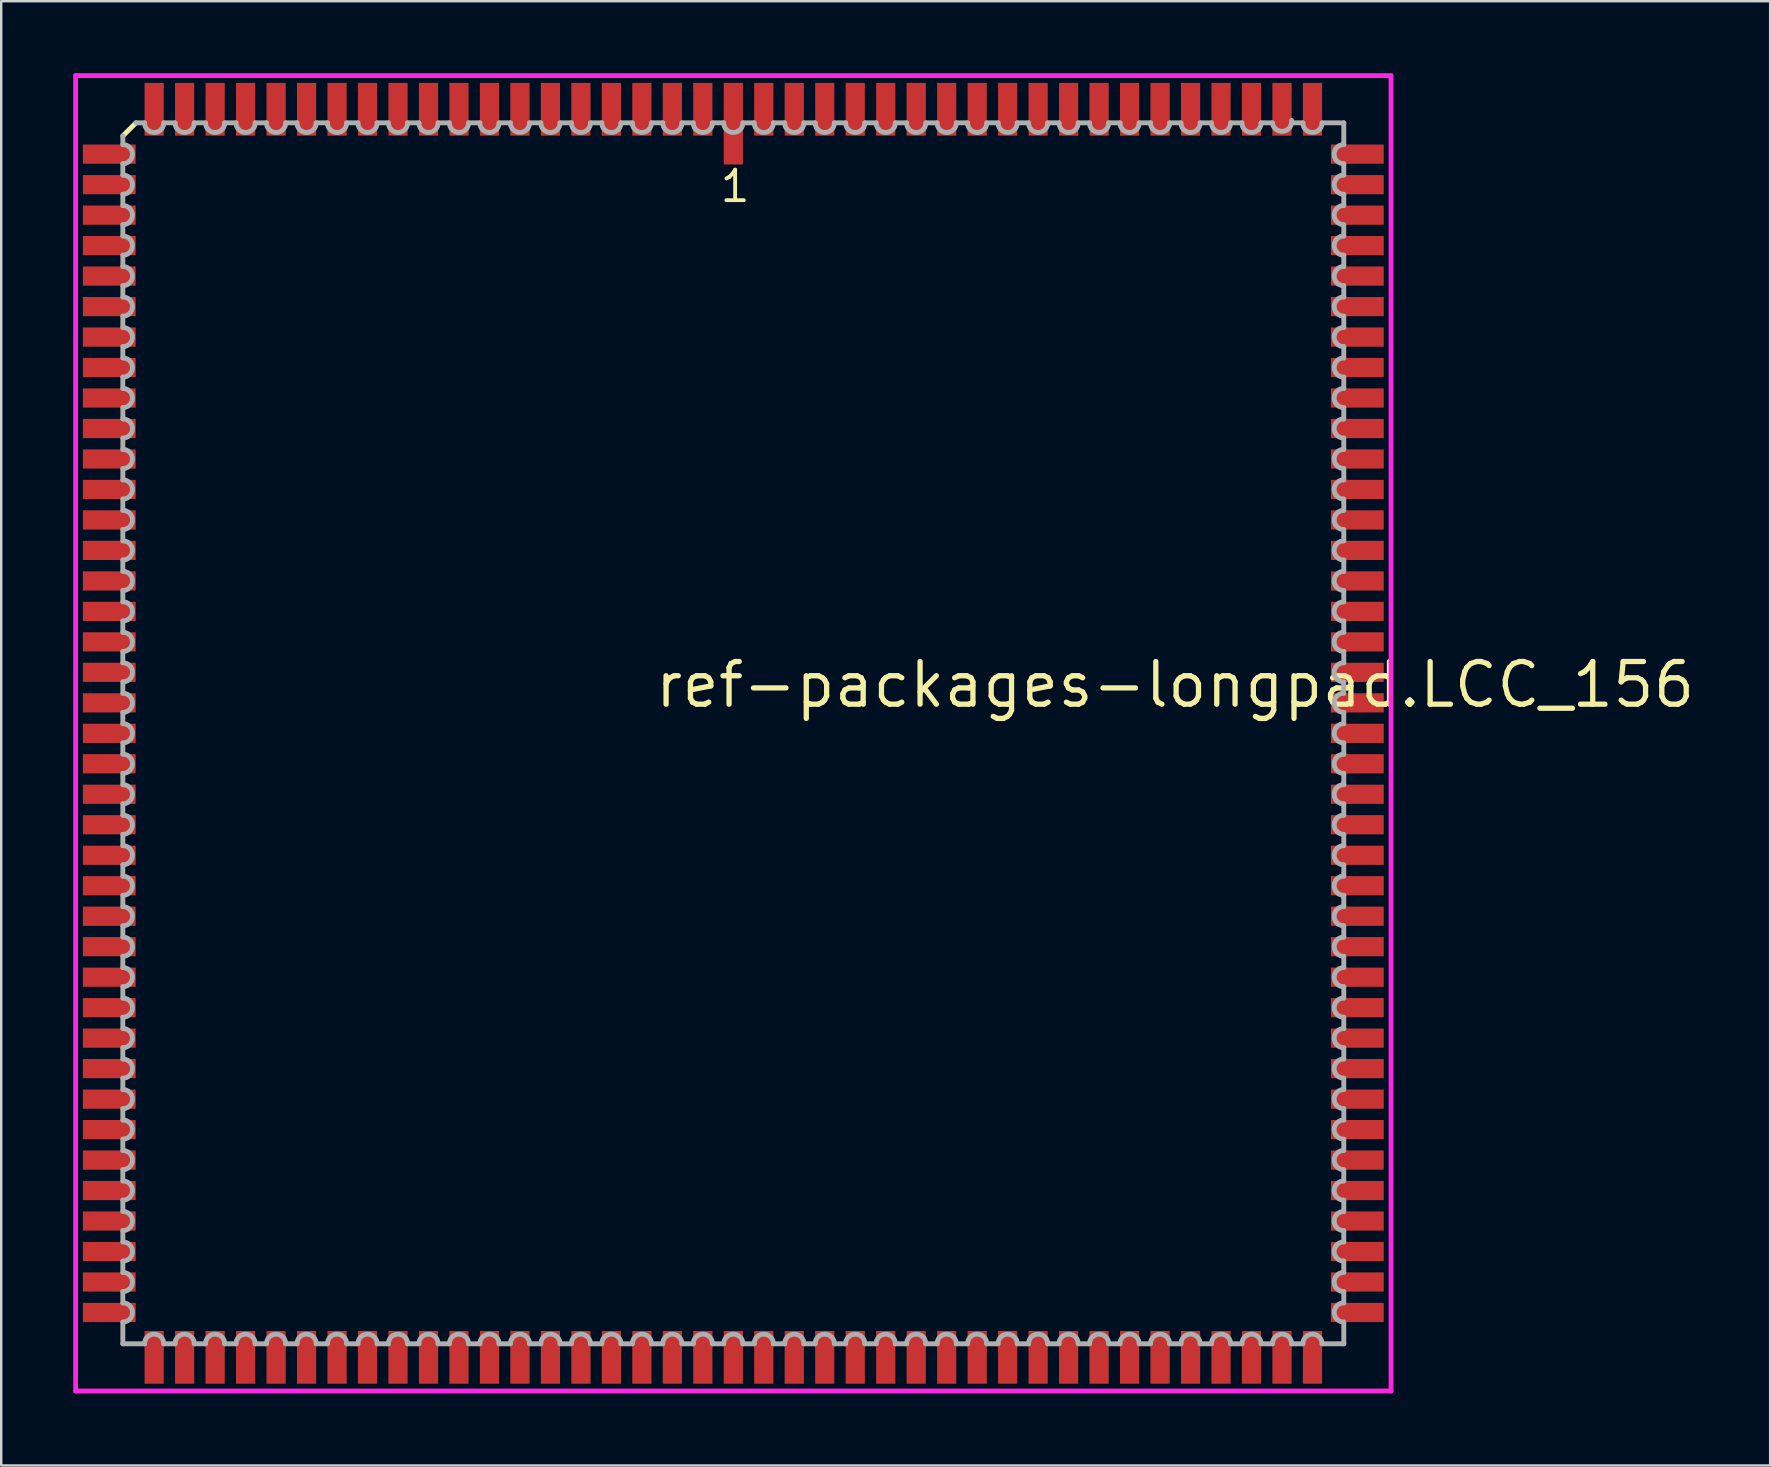
<source format=kicad_pcb>
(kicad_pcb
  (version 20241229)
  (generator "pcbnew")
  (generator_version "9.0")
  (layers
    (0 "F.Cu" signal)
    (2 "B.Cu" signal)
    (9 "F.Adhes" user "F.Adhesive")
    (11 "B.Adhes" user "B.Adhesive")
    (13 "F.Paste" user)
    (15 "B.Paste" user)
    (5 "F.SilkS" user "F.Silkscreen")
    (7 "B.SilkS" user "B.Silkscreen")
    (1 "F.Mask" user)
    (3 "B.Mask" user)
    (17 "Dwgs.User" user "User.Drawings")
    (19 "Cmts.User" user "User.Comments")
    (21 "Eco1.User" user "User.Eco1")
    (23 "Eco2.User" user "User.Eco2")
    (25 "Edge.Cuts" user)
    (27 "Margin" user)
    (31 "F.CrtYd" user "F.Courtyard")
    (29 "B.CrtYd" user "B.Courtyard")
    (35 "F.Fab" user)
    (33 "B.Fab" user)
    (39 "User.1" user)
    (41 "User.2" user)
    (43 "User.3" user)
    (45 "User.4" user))
  (footprint "ref-packages-longpad.LCC_156"
    (layer "F.Cu")
    (at 27.503 27.503)
    (property "Reference" "ref-packages-longpad.LCC_156" (at -3.37 -0.985 0) (layer "F.SilkS") (effects (font (size 1.778 1.778) (thickness 0.22)) (justify left bottom)))
    (attr smd)
    (fp_line (start -24.89 -25.435) (end -25.435 -24.89) (stroke (width 0.203) (type default)) (layer "F.SilkS"))
    (fp_line (start -27.403 -27.403) (end 27.403 -27.403) (stroke (width 0.2) (type default)) (layer "F.CrtYd"))
    (fp_line (start -27.403 27.403) (end -27.403 -27.403) (stroke (width 0.2) (type default)) (layer "F.CrtYd"))
    (fp_line (start 27.403 -27.403) (end 27.403 27.403) (stroke (width 0.2) (type default)) (layer "F.CrtYd"))
    (fp_line (start 27.403 27.403) (end -27.403 27.403) (stroke (width 0.2) (type default)) (layer "F.CrtYd"))
    (fp_line (start -25.435 -24.89) (end -25.435 -24.53) (stroke (width 0.203) (type default)) (layer "F.Fab"))
    (fp_line (start -25.435 -23.73) (end -25.435 -23.26) (stroke (width 0.203) (type default)) (layer "F.Fab"))
    (fp_line (start -25.435 -22.46) (end -25.435 -21.99) (stroke (width 0.203) (type default)) (layer "F.Fab"))
    (fp_line (start -25.435 -21.19) (end -25.435 -20.72) (stroke (width 0.203) (type default)) (layer "F.Fab"))
    (fp_line (start -25.435 -19.92) (end -25.435 -19.45) (stroke (width 0.203) (type default)) (layer "F.Fab"))
    (fp_line (start -25.435 -18.65) (end -25.435 -18.18) (stroke (width 0.203) (type default)) (layer "F.Fab"))
    (fp_line (start -25.435 -17.38) (end -25.435 -16.91) (stroke (width 0.203) (type default)) (layer "F.Fab"))
    (fp_line (start -25.435 -16.11) (end -25.435 -15.64) (stroke (width 0.203) (type default)) (layer "F.Fab"))
    (fp_line (start -25.435 -14.84) (end -25.435 -14.37) (stroke (width 0.203) (type default)) (layer "F.Fab"))
    (fp_line (start -25.435 -13.57) (end -25.435 -13.1) (stroke (width 0.203) (type default)) (layer "F.Fab"))
    (fp_line (start -25.435 -12.3) (end -25.435 -11.83) (stroke (width 0.203) (type default)) (layer "F.Fab"))
    (fp_line (start -25.435 -11.03) (end -25.435 -10.56) (stroke (width 0.203) (type default)) (layer "F.Fab"))
    (fp_line (start -25.435 -9.76) (end -25.435 -9.29) (stroke (width 0.203) (type default)) (layer "F.Fab"))
    (fp_line (start -25.435 -8.49) (end -25.435 -8.02) (stroke (width 0.203) (type default)) (layer "F.Fab"))
    (fp_line (start -25.435 -7.22) (end -25.435 -6.75) (stroke (width 0.203) (type default)) (layer "F.Fab"))
    (fp_line (start -25.435 -5.95) (end -25.435 -5.48) (stroke (width 0.203) (type default)) (layer "F.Fab"))
    (fp_line (start -25.435 -4.68) (end -25.435 -4.21) (stroke (width 0.203) (type default)) (layer "F.Fab"))
    (fp_line (start -25.435 -3.41) (end -25.435 -2.94) (stroke (width 0.203) (type default)) (layer "F.Fab"))
    (fp_line (start -25.435 -2.14) (end -25.435 -1.67) (stroke (width 0.203) (type default)) (layer "F.Fab"))
    (fp_line (start -25.435 -0.87) (end -25.435 -0.4) (stroke (width 0.203) (type default)) (layer "F.Fab"))
    (fp_line (start -25.435 0.4) (end -25.435 0.87) (stroke (width 0.203) (type default)) (layer "F.Fab"))
    (fp_line (start -25.435 1.67) (end -25.435 2.14) (stroke (width 0.203) (type default)) (layer "F.Fab"))
    (fp_line (start -25.435 2.94) (end -25.435 3.41) (stroke (width 0.203) (type default)) (layer "F.Fab"))
    (fp_line (start -25.435 4.21) (end -25.435 4.68) (stroke (width 0.203) (type default)) (layer "F.Fab"))
    (fp_line (start -25.435 5.48) (end -25.435 5.95) (stroke (width 0.203) (type default)) (layer "F.Fab"))
    (fp_line (start -25.435 6.75) (end -25.435 7.22) (stroke (width 0.203) (type default)) (layer "F.Fab"))
    (fp_line (start -25.435 8.02) (end -25.435 8.49) (stroke (width 0.203) (type default)) (layer "F.Fab"))
    (fp_line (start -25.435 9.29) (end -25.435 9.76) (stroke (width 0.203) (type default)) (layer "F.Fab"))
    (fp_line (start -25.435 10.56) (end -25.435 11.03) (stroke (width 0.203) (type default)) (layer "F.Fab"))
    (fp_line (start -25.435 11.83) (end -25.435 12.3) (stroke (width 0.203) (type default)) (layer "F.Fab"))
    (fp_line (start -25.435 13.1) (end -25.435 13.57) (stroke (width 0.203) (type default)) (layer "F.Fab"))
    (fp_line (start -25.435 14.37) (end -25.435 14.84) (stroke (width 0.203) (type default)) (layer "F.Fab"))
    (fp_line (start -25.435 15.64) (end -25.435 16.11) (stroke (width 0.203) (type default)) (layer "F.Fab"))
    (fp_line (start -25.435 16.91) (end -25.435 17.38) (stroke (width 0.203) (type default)) (layer "F.Fab"))
    (fp_line (start -25.435 18.18) (end -25.435 18.65) (stroke (width 0.203) (type default)) (layer "F.Fab"))
    (fp_line (start -25.435 19.45) (end -25.435 19.92) (stroke (width 0.203) (type default)) (layer "F.Fab"))
    (fp_line (start -25.435 20.72) (end -25.435 21.19) (stroke (width 0.203) (type default)) (layer "F.Fab"))
    (fp_line (start -25.435 21.99) (end -25.435 22.46) (stroke (width 0.203) (type default)) (layer "F.Fab"))
    (fp_line (start -25.435 23.26) (end -25.435 23.73) (stroke (width 0.203) (type default)) (layer "F.Fab"))
    (fp_line (start -25.435 24.53) (end -25.435 25.435) (stroke (width 0.203) (type default)) (layer "F.Fab"))
    (fp_line (start -25.435 25.435) (end -24.53 25.435) (stroke (width 0.203) (type default)) (layer "F.Fab"))
    (fp_line (start -24.53 -25.435) (end -24.89 -25.435) (stroke (width 0.203) (type default)) (layer "F.Fab"))
    (fp_line (start -23.73 25.435) (end -23.26 25.435) (stroke (width 0.203) (type default)) (layer "F.Fab"))
    (fp_line (start -23.26 -25.435) (end -23.73 -25.435) (stroke (width 0.203) (type default)) (layer "F.Fab"))
    (fp_line (start -22.46 25.435) (end -21.99 25.435) (stroke (width 0.203) (type default)) (layer "F.Fab"))
    (fp_line (start -21.99 -25.435) (end -22.46 -25.435) (stroke (width 0.203) (type default)) (layer "F.Fab"))
    (fp_line (start -21.19 25.435) (end -20.72 25.435) (stroke (width 0.203) (type default)) (layer "F.Fab"))
    (fp_line (start -20.72 -25.435) (end -21.19 -25.435) (stroke (width 0.203) (type default)) (layer "F.Fab"))
    (fp_line (start -19.92 25.435) (end -19.45 25.435) (stroke (width 0.203) (type default)) (layer "F.Fab"))
    (fp_line (start -19.45 -25.435) (end -19.92 -25.435) (stroke (width 0.203) (type default)) (layer "F.Fab"))
    (fp_line (start -18.65 25.435) (end -18.18 25.435) (stroke (width 0.203) (type default)) (layer "F.Fab"))
    (fp_line (start -18.18 -25.435) (end -18.65 -25.435) (stroke (width 0.203) (type default)) (layer "F.Fab"))
    (fp_line (start -17.38 25.435) (end -16.91 25.435) (stroke (width 0.203) (type default)) (layer "F.Fab"))
    (fp_line (start -16.91 -25.435) (end -17.38 -25.435) (stroke (width 0.203) (type default)) (layer "F.Fab"))
    (fp_line (start -16.11 25.435) (end -15.64 25.435) (stroke (width 0.203) (type default)) (layer "F.Fab"))
    (fp_line (start -15.64 -25.435) (end -16.11 -25.435) (stroke (width 0.203) (type default)) (layer "F.Fab"))
    (fp_line (start -14.84 25.435) (end -14.37 25.435) (stroke (width 0.203) (type default)) (layer "F.Fab"))
    (fp_line (start -14.37 -25.435) (end -14.84 -25.435) (stroke (width 0.203) (type default)) (layer "F.Fab"))
    (fp_line (start -13.57 25.435) (end -13.1 25.435) (stroke (width 0.203) (type default)) (layer "F.Fab"))
    (fp_line (start -13.1 -25.435) (end -13.57 -25.435) (stroke (width 0.203) (type default)) (layer "F.Fab"))
    (fp_line (start -12.3 25.435) (end -11.83 25.435) (stroke (width 0.203) (type default)) (layer "F.Fab"))
    (fp_line (start -11.83 -25.435) (end -12.3 -25.435) (stroke (width 0.203) (type default)) (layer "F.Fab"))
    (fp_line (start -11.03 25.435) (end -10.56 25.435) (stroke (width 0.203) (type default)) (layer "F.Fab"))
    (fp_line (start -10.56 -25.435) (end -11.03 -25.435) (stroke (width 0.203) (type default)) (layer "F.Fab"))
    (fp_line (start -9.76 25.435) (end -9.29 25.435) (stroke (width 0.203) (type default)) (layer "F.Fab"))
    (fp_line (start -9.29 -25.435) (end -9.76 -25.435) (stroke (width 0.203) (type default)) (layer "F.Fab"))
    (fp_line (start -8.49 25.435) (end -8.02 25.435) (stroke (width 0.203) (type default)) (layer "F.Fab"))
    (fp_line (start -8.02 -25.435) (end -8.49 -25.435) (stroke (width 0.203) (type default)) (layer "F.Fab"))
    (fp_line (start -7.22 25.435) (end -6.75 25.435) (stroke (width 0.203) (type default)) (layer "F.Fab"))
    (fp_line (start -6.75 -25.435) (end -7.22 -25.435) (stroke (width 0.203) (type default)) (layer "F.Fab"))
    (fp_line (start -5.95 25.435) (end -5.48 25.435) (stroke (width 0.203) (type default)) (layer "F.Fab"))
    (fp_line (start -5.48 -25.435) (end -5.95 -25.435) (stroke (width 0.203) (type default)) (layer "F.Fab"))
    (fp_line (start -4.68 25.435) (end -4.21 25.435) (stroke (width 0.203) (type default)) (layer "F.Fab"))
    (fp_line (start -4.21 -25.435) (end -4.68 -25.435) (stroke (width 0.203) (type default)) (layer "F.Fab"))
    (fp_line (start -3.41 25.435) (end -2.94 25.435) (stroke (width 0.203) (type default)) (layer "F.Fab"))
    (fp_line (start -2.94 -25.435) (end -3.41 -25.435) (stroke (width 0.203) (type default)) (layer "F.Fab"))
    (fp_line (start -2.14 25.435) (end -1.67 25.435) (stroke (width 0.203) (type default)) (layer "F.Fab"))
    (fp_line (start -1.67 -25.435) (end -2.14 -25.435) (stroke (width 0.203) (type default)) (layer "F.Fab"))
    (fp_line (start -0.87 25.435) (end -0.4 25.435) (stroke (width 0.203) (type default)) (layer "F.Fab"))
    (fp_line (start -0.4 -25.435) (end -0.87 -25.435) (stroke (width 0.203) (type default)) (layer "F.Fab"))
    (fp_line (start 0.4 25.435) (end 0.87 25.435) (stroke (width 0.203) (type default)) (layer "F.Fab"))
    (fp_line (start 0.87 -25.435) (end 0.4 -25.435) (stroke (width 0.203) (type default)) (layer "F.Fab"))
    (fp_line (start 1.67 25.435) (end 2.14 25.435) (stroke (width 0.203) (type default)) (layer "F.Fab"))
    (fp_line (start 2.14 -25.435) (end 1.67 -25.435) (stroke (width 0.203) (type default)) (layer "F.Fab"))
    (fp_line (start 2.94 25.435) (end 3.41 25.435) (stroke (width 0.203) (type default)) (layer "F.Fab"))
    (fp_line (start 3.41 -25.435) (end 2.94 -25.435) (stroke (width 0.203) (type default)) (layer "F.Fab"))
    (fp_line (start 4.21 25.435) (end 4.68 25.435) (stroke (width 0.203) (type default)) (layer "F.Fab"))
    (fp_line (start 4.68 -25.435) (end 4.21 -25.435) (stroke (width 0.203) (type default)) (layer "F.Fab"))
    (fp_line (start 5.48 25.435) (end 5.95 25.435) (stroke (width 0.203) (type default)) (layer "F.Fab"))
    (fp_line (start 5.95 -25.435) (end 5.48 -25.435) (stroke (width 0.203) (type default)) (layer "F.Fab"))
    (fp_line (start 6.75 25.435) (end 7.22 25.435) (stroke (width 0.203) (type default)) (layer "F.Fab"))
    (fp_line (start 7.22 -25.435) (end 6.75 -25.435) (stroke (width 0.203) (type default)) (layer "F.Fab"))
    (fp_line (start 8.02 25.435) (end 8.49 25.435) (stroke (width 0.203) (type default)) (layer "F.Fab"))
    (fp_line (start 8.49 -25.435) (end 8.02 -25.435) (stroke (width 0.203) (type default)) (layer "F.Fab"))
    (fp_line (start 9.29 25.435) (end 9.76 25.435) (stroke (width 0.203) (type default)) (layer "F.Fab"))
    (fp_line (start 9.76 -25.435) (end 9.29 -25.435) (stroke (width 0.203) (type default)) (layer "F.Fab"))
    (fp_line (start 10.56 25.435) (end 11.03 25.435) (stroke (width 0.203) (type default)) (layer "F.Fab"))
    (fp_line (start 11.03 -25.435) (end 10.56 -25.435) (stroke (width 0.203) (type default)) (layer "F.Fab"))
    (fp_line (start 11.83 25.435) (end 12.3 25.435) (stroke (width 0.203) (type default)) (layer "F.Fab"))
    (fp_line (start 12.3 -25.435) (end 11.83 -25.435) (stroke (width 0.203) (type default)) (layer "F.Fab"))
    (fp_line (start 13.1 25.435) (end 13.57 25.435) (stroke (width 0.203) (type default)) (layer "F.Fab"))
    (fp_line (start 13.57 -25.435) (end 13.1 -25.435) (stroke (width 0.203) (type default)) (layer "F.Fab"))
    (fp_line (start 14.37 25.435) (end 14.84 25.435) (stroke (width 0.203) (type default)) (layer "F.Fab"))
    (fp_line (start 14.84 -25.435) (end 14.37 -25.435) (stroke (width 0.203) (type default)) (layer "F.Fab"))
    (fp_line (start 15.64 25.435) (end 16.11 25.435) (stroke (width 0.203) (type default)) (layer "F.Fab"))
    (fp_line (start 16.11 -25.435) (end 15.64 -25.435) (stroke (width 0.203) (type default)) (layer "F.Fab"))
    (fp_line (start 16.91 25.435) (end 17.38 25.435) (stroke (width 0.203) (type default)) (layer "F.Fab"))
    (fp_line (start 17.38 -25.435) (end 16.91 -25.435) (stroke (width 0.203) (type default)) (layer "F.Fab"))
    (fp_line (start 18.18 25.435) (end 18.65 25.435) (stroke (width 0.203) (type default)) (layer "F.Fab"))
    (fp_line (start 18.65 -25.435) (end 18.18 -25.435) (stroke (width 0.203) (type default)) (layer "F.Fab"))
    (fp_line (start 19.45 25.435) (end 19.92 25.435) (stroke (width 0.203) (type default)) (layer "F.Fab"))
    (fp_line (start 19.92 -25.435) (end 19.45 -25.435) (stroke (width 0.203) (type default)) (layer "F.Fab"))
    (fp_line (start 20.72 25.435) (end 21.19 25.435) (stroke (width 0.203) (type default)) (layer "F.Fab"))
    (fp_line (start 21.19 -25.435) (end 20.72 -25.435) (stroke (width 0.203) (type default)) (layer "F.Fab"))
    (fp_line (start 21.99 25.435) (end 22.46 25.435) (stroke (width 0.203) (type default)) (layer "F.Fab"))
    (fp_line (start 22.46 -25.435) (end 21.99 -25.435) (stroke (width 0.203) (type default)) (layer "F.Fab"))
    (fp_line (start 23.26 25.435) (end 23.73 25.435) (stroke (width 0.203) (type default)) (layer "F.Fab"))
    (fp_line (start 23.73 -25.435) (end 23.26 -25.435) (stroke (width 0.203) (type default)) (layer "F.Fab"))
    (fp_line (start 24.53 25.435) (end 25.435 25.435) (stroke (width 0.203) (type default)) (layer "F.Fab"))
    (fp_line (start 25.435 -25.435) (end 24.53 -25.435) (stroke (width 0.203) (type default)) (layer "F.Fab"))
    (fp_line (start 25.435 -24.53) (end 25.435 -25.435) (stroke (width 0.203) (type default)) (layer "F.Fab"))
    (fp_line (start 25.435 -23.26) (end 25.435 -23.73) (stroke (width 0.203) (type default)) (layer "F.Fab"))
    (fp_line (start 25.435 -21.99) (end 25.435 -22.46) (stroke (width 0.203) (type default)) (layer "F.Fab"))
    (fp_line (start 25.435 -20.72) (end 25.435 -21.19) (stroke (width 0.203) (type default)) (layer "F.Fab"))
    (fp_line (start 25.435 -19.45) (end 25.435 -19.92) (stroke (width 0.203) (type default)) (layer "F.Fab"))
    (fp_line (start 25.435 -18.18) (end 25.435 -18.65) (stroke (width 0.203) (type default)) (layer "F.Fab"))
    (fp_line (start 25.435 -16.91) (end 25.435 -17.38) (stroke (width 0.203) (type default)) (layer "F.Fab"))
    (fp_line (start 25.435 -15.64) (end 25.435 -16.11) (stroke (width 0.203) (type default)) (layer "F.Fab"))
    (fp_line (start 25.435 -14.37) (end 25.435 -14.84) (stroke (width 0.203) (type default)) (layer "F.Fab"))
    (fp_line (start 25.435 -13.1) (end 25.435 -13.57) (stroke (width 0.203) (type default)) (layer "F.Fab"))
    (fp_line (start 25.435 -11.83) (end 25.435 -12.3) (stroke (width 0.203) (type default)) (layer "F.Fab"))
    (fp_line (start 25.435 -10.56) (end 25.435 -11.03) (stroke (width 0.203) (type default)) (layer "F.Fab"))
    (fp_line (start 25.435 -9.29) (end 25.435 -9.76) (stroke (width 0.203) (type default)) (layer "F.Fab"))
    (fp_line (start 25.435 -8.02) (end 25.435 -8.49) (stroke (width 0.203) (type default)) (layer "F.Fab"))
    (fp_line (start 25.435 -6.75) (end 25.435 -7.22) (stroke (width 0.203) (type default)) (layer "F.Fab"))
    (fp_line (start 25.435 -5.48) (end 25.435 -5.95) (stroke (width 0.203) (type default)) (layer "F.Fab"))
    (fp_line (start 25.435 -4.21) (end 25.435 -4.68) (stroke (width 0.203) (type default)) (layer "F.Fab"))
    (fp_line (start 25.435 -2.94) (end 25.435 -3.41) (stroke (width 0.203) (type default)) (layer "F.Fab"))
    (fp_line (start 25.435 -1.67) (end 25.435 -2.14) (stroke (width 0.203) (type default)) (layer "F.Fab"))
    (fp_line (start 25.435 -0.4) (end 25.435 -0.87) (stroke (width 0.203) (type default)) (layer "F.Fab"))
    (fp_line (start 25.435 0.87) (end 25.435 0.4) (stroke (width 0.203) (type default)) (layer "F.Fab"))
    (fp_line (start 25.435 2.14) (end 25.435 1.67) (stroke (width 0.203) (type default)) (layer "F.Fab"))
    (fp_line (start 25.435 3.41) (end 25.435 2.94) (stroke (width 0.203) (type default)) (layer "F.Fab"))
    (fp_line (start 25.435 4.68) (end 25.435 4.21) (stroke (width 0.203) (type default)) (layer "F.Fab"))
    (fp_line (start 25.435 5.95) (end 25.435 5.48) (stroke (width 0.203) (type default)) (layer "F.Fab"))
    (fp_line (start 25.435 7.22) (end 25.435 6.75) (stroke (width 0.203) (type default)) (layer "F.Fab"))
    (fp_line (start 25.435 8.49) (end 25.435 8.02) (stroke (width 0.203) (type default)) (layer "F.Fab"))
    (fp_line (start 25.435 9.76) (end 25.435 9.29) (stroke (width 0.203) (type default)) (layer "F.Fab"))
    (fp_line (start 25.435 11.03) (end 25.435 10.56) (stroke (width 0.203) (type default)) (layer "F.Fab"))
    (fp_line (start 25.435 12.3) (end 25.435 11.83) (stroke (width 0.203) (type default)) (layer "F.Fab"))
    (fp_line (start 25.435 13.57) (end 25.435 13.1) (stroke (width 0.203) (type default)) (layer "F.Fab"))
    (fp_line (start 25.435 14.84) (end 25.435 14.37) (stroke (width 0.203) (type default)) (layer "F.Fab"))
    (fp_line (start 25.435 16.11) (end 25.435 15.64) (stroke (width 0.203) (type default)) (layer "F.Fab"))
    (fp_line (start 25.435 17.38) (end 25.435 16.91) (stroke (width 0.203) (type default)) (layer "F.Fab"))
    (fp_line (start 25.435 18.65) (end 25.435 18.18) (stroke (width 0.203) (type default)) (layer "F.Fab"))
    (fp_line (start 25.435 19.92) (end 25.435 19.45) (stroke (width 0.203) (type default)) (layer "F.Fab"))
    (fp_line (start 25.435 21.19) (end 25.435 20.72) (stroke (width 0.203) (type default)) (layer "F.Fab"))
    (fp_line (start 25.435 22.46) (end 25.435 21.99) (stroke (width 0.203) (type default)) (layer "F.Fab"))
    (fp_line (start 25.435 23.73) (end 25.435 23.26) (stroke (width 0.203) (type default)) (layer "F.Fab"))
    (fp_line (start 25.435 25.435) (end 25.435 24.53) (stroke (width 0.203) (type default)) (layer "F.Fab"))
    (fp_arc (start -25.4333 -24.53) (mid -25.0333 -24.13) (end -25.4333 -23.73) (stroke (width 0.2032) (type default)) (layer "F.Fab"))
    (fp_arc (start -25.4333 -23.26) (mid -25.0333 -22.86) (end -25.4333 -22.46) (stroke (width 0.2032) (type default)) (layer "F.Fab"))
    (fp_arc (start -25.4333 -21.99) (mid -25.0333 -21.59) (end -25.4333 -21.19) (stroke (width 0.2032) (type default)) (layer "F.Fab"))
    (fp_arc (start -25.4333 -20.72) (mid -25.0333 -20.32) (end -25.4333 -19.92) (stroke (width 0.2032) (type default)) (layer "F.Fab"))
    (fp_arc (start -25.4333 -19.45) (mid -25.0333 -19.05) (end -25.4333 -18.65) (stroke (width 0.2032) (type default)) (layer "F.Fab"))
    (fp_arc (start -25.4333 -18.18) (mid -25.0333 -17.78) (end -25.4333 -17.38) (stroke (width 0.2032) (type default)) (layer "F.Fab"))
    (fp_arc (start -25.4333 -16.91) (mid -25.0333 -16.51) (end -25.4333 -16.11) (stroke (width 0.2032) (type default)) (layer "F.Fab"))
    (fp_arc (start -25.4333 -15.64) (mid -25.0333 -15.24) (end -25.4333 -14.84) (stroke (width 0.2032) (type default)) (layer "F.Fab"))
    (fp_arc (start -25.4333 -14.37) (mid -25.0333 -13.97) (end -25.4333 -13.57) (stroke (width 0.2032) (type default)) (layer "F.Fab"))
    (fp_arc (start -25.4333 -13.1) (mid -25.0333 -12.7) (end -25.4333 -12.3) (stroke (width 0.2032) (type default)) (layer "F.Fab"))
    (fp_arc (start -25.4333 -11.83) (mid -25.0333 -11.43) (end -25.4333 -11.03) (stroke (width 0.2032) (type default)) (layer "F.Fab"))
    (fp_arc (start -25.4333 -10.56) (mid -25.0333 -10.16) (end -25.4333 -9.76) (stroke (width 0.2032) (type default)) (layer "F.Fab"))
    (fp_arc (start -25.4333 -9.29) (mid -25.0333 -8.89) (end -25.4333 -8.49) (stroke (width 0.2032) (type default)) (layer "F.Fab"))
    (fp_arc (start -25.4333 -8.02) (mid -25.0333 -7.62) (end -25.4333 -7.22) (stroke (width 0.2032) (type default)) (layer "F.Fab"))
    (fp_arc (start -25.4333 -6.75) (mid -25.0333 -6.35) (end -25.4333 -5.95) (stroke (width 0.2032) (type default)) (layer "F.Fab"))
    (fp_arc (start -25.4333 -5.48) (mid -25.0333 -5.08) (end -25.4333 -4.68) (stroke (width 0.2032) (type default)) (layer "F.Fab"))
    (fp_arc (start -25.4333 -4.21) (mid -25.0333 -3.81) (end -25.4333 -3.41) (stroke (width 0.2032) (type default)) (layer "F.Fab"))
    (fp_arc (start -25.4333 -2.94) (mid -25.0333 -2.54) (end -25.4333 -2.14) (stroke (width 0.2032) (type default)) (layer "F.Fab"))
    (fp_arc (start -25.4333 -1.67) (mid -25.0333 -1.27) (end -25.4333 -0.87) (stroke (width 0.2032) (type default)) (layer "F.Fab"))
    (fp_arc (start -25.4333 -0.4001) (mid -25.0332 0) (end -25.4333 0.4001) (stroke (width 0.2032) (type default)) (layer "F.Fab"))
    (fp_arc (start -25.4333 0.8699) (mid -25.0332 1.27) (end -25.4333 1.6701) (stroke (width 0.2032) (type default)) (layer "F.Fab"))
    (fp_arc (start -25.4333 2.1399) (mid -25.0332 2.54) (end -25.4333 2.9401) (stroke (width 0.2032) (type default)) (layer "F.Fab"))
    (fp_arc (start -25.4333 3.4099) (mid -25.0332 3.81) (end -25.4333 4.2101) (stroke (width 0.2032) (type default)) (layer "F.Fab"))
    (fp_arc (start -25.4333 4.6799) (mid -25.0332 5.08) (end -25.4333 5.4801) (stroke (width 0.2032) (type default)) (layer "F.Fab"))
    (fp_arc (start -25.4333 5.9499) (mid -25.0332 6.35) (end -25.4333 6.7501) (stroke (width 0.2032) (type default)) (layer "F.Fab"))
    (fp_arc (start -25.4333 7.2199) (mid -25.0332 7.62) (end -25.4333 8.0201) (stroke (width 0.2032) (type default)) (layer "F.Fab"))
    (fp_arc (start -25.4333 8.4899) (mid -25.0332 8.89) (end -25.4333 9.2901) (stroke (width 0.2032) (type default)) (layer "F.Fab"))
    (fp_arc (start -25.4333 9.7599) (mid -25.0332 10.16) (end -25.4333 10.5601) (stroke (width 0.2032) (type default)) (layer "F.Fab"))
    (fp_arc (start -25.4333 11.0299) (mid -25.0332 11.43) (end -25.4333 11.8301) (stroke (width 0.2032) (type default)) (layer "F.Fab"))
    (fp_arc (start -25.4333 12.2999) (mid -25.0332 12.7) (end -25.4333 13.1001) (stroke (width 0.2032) (type default)) (layer "F.Fab"))
    (fp_arc (start -25.4333 13.5699) (mid -25.0332 13.97) (end -25.4333 14.3701) (stroke (width 0.2032) (type default)) (layer "F.Fab"))
    (fp_arc (start -25.4333 14.8399) (mid -25.0332 15.24) (end -25.4333 15.6401) (stroke (width 0.2032) (type default)) (layer "F.Fab"))
    (fp_arc (start -25.4333 16.1099) (mid -25.0332 16.51) (end -25.4333 16.9101) (stroke (width 0.2032) (type default)) (layer "F.Fab"))
    (fp_arc (start -25.4333 17.3799) (mid -25.0332 17.78) (end -25.4333 18.1801) (stroke (width 0.2032) (type default)) (layer "F.Fab"))
    (fp_arc (start -25.4333 18.6499) (mid -25.0332 19.05) (end -25.4333 19.4501) (stroke (width 0.2032) (type default)) (layer "F.Fab"))
    (fp_arc (start -25.4333 19.9199) (mid -25.0332 20.32) (end -25.4333 20.7201) (stroke (width 0.2032) (type default)) (layer "F.Fab"))
    (fp_arc (start -25.4333 21.1899) (mid -25.0332 21.59) (end -25.4333 21.9901) (stroke (width 0.2032) (type default)) (layer "F.Fab"))
    (fp_arc (start -25.4333 22.4599) (mid -25.0332 22.86) (end -25.4333 23.2601) (stroke (width 0.2032) (type default)) (layer "F.Fab"))
    (fp_arc (start -25.4333 23.7299) (mid -25.0332 24.13) (end -25.4333 24.5301) (stroke (width 0.2032) (type default)) (layer "F.Fab"))
    (fp_arc (start -24.5301 25.4333) (mid -24.13 25.0332) (end -23.7299 25.4333) (stroke (width 0.2032) (type default)) (layer "F.Fab"))
    (fp_arc (start -23.7299 -25.4333) (mid -24.13 -25.0332) (end -24.5301 -25.4333) (stroke (width 0.2032) (type default)) (layer "F.Fab"))
    (fp_arc (start -23.2601 25.4333) (mid -22.86 25.0332) (end -22.4599 25.4333) (stroke (width 0.2032) (type default)) (layer "F.Fab"))
    (fp_arc (start -22.4599 -25.4333) (mid -22.86 -25.0332) (end -23.2601 -25.4333) (stroke (width 0.2032) (type default)) (layer "F.Fab"))
    (fp_arc (start -21.9901 25.4333) (mid -21.59 25.0332) (end -21.1899 25.4333) (stroke (width 0.2032) (type default)) (layer "F.Fab"))
    (fp_arc (start -21.1899 -25.4333) (mid -21.59 -25.0332) (end -21.9901 -25.4333) (stroke (width 0.2032) (type default)) (layer "F.Fab"))
    (fp_arc (start -20.7201 25.4333) (mid -20.32 25.0332) (end -19.9199 25.4333) (stroke (width 0.2032) (type default)) (layer "F.Fab"))
    (fp_arc (start -19.9199 -25.4333) (mid -20.32 -25.0332) (end -20.7201 -25.4333) (stroke (width 0.2032) (type default)) (layer "F.Fab"))
    (fp_arc (start -19.4501 25.4333) (mid -19.05 25.0332) (end -18.6499 25.4333) (stroke (width 0.2032) (type default)) (layer "F.Fab"))
    (fp_arc (start -18.6499 -25.4333) (mid -19.05 -25.0332) (end -19.4501 -25.4333) (stroke (width 0.2032) (type default)) (layer "F.Fab"))
    (fp_arc (start -18.1801 25.4333) (mid -17.78 25.0332) (end -17.3799 25.4333) (stroke (width 0.2032) (type default)) (layer "F.Fab"))
    (fp_arc (start -17.3799 -25.4333) (mid -17.78 -25.0332) (end -18.1801 -25.4333) (stroke (width 0.2032) (type default)) (layer "F.Fab"))
    (fp_arc (start -16.9101 25.4333) (mid -16.51 25.0332) (end -16.1099 25.4333) (stroke (width 0.2032) (type default)) (layer "F.Fab"))
    (fp_arc (start -16.1099 -25.4333) (mid -16.51 -25.0332) (end -16.9101 -25.4333) (stroke (width 0.2032) (type default)) (layer "F.Fab"))
    (fp_arc (start -15.6401 25.4333) (mid -15.24 25.0332) (end -14.8399 25.4333) (stroke (width 0.2032) (type default)) (layer "F.Fab"))
    (fp_arc (start -14.8399 -25.4333) (mid -15.24 -25.0332) (end -15.6401 -25.4333) (stroke (width 0.2032) (type default)) (layer "F.Fab"))
    (fp_arc (start -14.3701 25.4333) (mid -13.97 25.0332) (end -13.5699 25.4333) (stroke (width 0.2032) (type default)) (layer "F.Fab"))
    (fp_arc (start -13.5699 -25.4333) (mid -13.97 -25.0332) (end -14.3701 -25.4333) (stroke (width 0.2032) (type default)) (layer "F.Fab"))
    (fp_arc (start -13.1001 25.4333) (mid -12.7 25.0332) (end -12.2999 25.4333) (stroke (width 0.2032) (type default)) (layer "F.Fab"))
    (fp_arc (start -12.2999 -25.4333) (mid -12.7 -25.0332) (end -13.1001 -25.4333) (stroke (width 0.2032) (type default)) (layer "F.Fab"))
    (fp_arc (start -11.8301 25.4333) (mid -11.43 25.0332) (end -11.0299 25.4333) (stroke (width 0.2032) (type default)) (layer "F.Fab"))
    (fp_arc (start -11.0299 -25.4333) (mid -11.43 -25.0332) (end -11.8301 -25.4333) (stroke (width 0.2032) (type default)) (layer "F.Fab"))
    (fp_arc (start -10.5601 25.4333) (mid -10.16 25.0332) (end -9.7599 25.4333) (stroke (width 0.2032) (type default)) (layer "F.Fab"))
    (fp_arc (start -9.7599 -25.4333) (mid -10.16 -25.0332) (end -10.5601 -25.4333) (stroke (width 0.2032) (type default)) (layer "F.Fab"))
    (fp_arc (start -9.2901 25.4333) (mid -8.89 25.0332) (end -8.4899 25.4333) (stroke (width 0.2032) (type default)) (layer "F.Fab"))
    (fp_arc (start -8.4899 -25.4333) (mid -8.89 -25.0332) (end -9.2901 -25.4333) (stroke (width 0.2032) (type default)) (layer "F.Fab"))
    (fp_arc (start -8.0201 25.4333) (mid -7.62 25.0332) (end -7.2199 25.4333) (stroke (width 0.2032) (type default)) (layer "F.Fab"))
    (fp_arc (start -7.2199 -25.4333) (mid -7.62 -25.0332) (end -8.0201 -25.4333) (stroke (width 0.2032) (type default)) (layer "F.Fab"))
    (fp_arc (start -6.7501 25.4333) (mid -6.35 25.0332) (end -5.9499 25.4333) (stroke (width 0.2032) (type default)) (layer "F.Fab"))
    (fp_arc (start -5.9499 -25.4333) (mid -6.35 -25.0332) (end -6.7501 -25.4333) (stroke (width 0.2032) (type default)) (layer "F.Fab"))
    (fp_arc (start -5.4801 25.4333) (mid -5.08 25.0332) (end -4.6799 25.4333) (stroke (width 0.2032) (type default)) (layer "F.Fab"))
    (fp_arc (start -4.6799 -25.4333) (mid -5.08 -25.0332) (end -5.4801 -25.4333) (stroke (width 0.2032) (type default)) (layer "F.Fab"))
    (fp_arc (start -4.2101 25.4333) (mid -3.81 25.0332) (end -3.4099 25.4333) (stroke (width 0.2032) (type default)) (layer "F.Fab"))
    (fp_arc (start -3.4099 -25.4333) (mid -3.81 -25.0332) (end -4.2101 -25.4333) (stroke (width 0.2032) (type default)) (layer "F.Fab"))
    (fp_arc (start -2.9401 25.4333) (mid -2.54 25.0332) (end -2.1399 25.4333) (stroke (width 0.2032) (type default)) (layer "F.Fab"))
    (fp_arc (start -2.1399 -25.4333) (mid -2.54 -25.0332) (end -2.9401 -25.4333) (stroke (width 0.2032) (type default)) (layer "F.Fab"))
    (fp_arc (start -1.6701 25.4333) (mid -1.27 25.0332) (end -0.8699 25.4333) (stroke (width 0.2032) (type default)) (layer "F.Fab"))
    (fp_arc (start -0.8699 -25.4333) (mid -1.27 -25.0332) (end -1.6701 -25.4333) (stroke (width 0.2032) (type default)) (layer "F.Fab"))
    (fp_arc (start -0.4001 25.4333) (mid 0 25.0332) (end 0.4001 25.4333) (stroke (width 0.2032) (type default)) (layer "F.Fab"))
    (fp_arc (start 0.4001 -25.4333) (mid 0 -25.0332) (end -0.4001 -25.4333) (stroke (width 0.2032) (type default)) (layer "F.Fab"))
    (fp_arc (start 0.87 25.4333) (mid 1.27 25.0333) (end 1.67 25.4333) (stroke (width 0.2032) (type default)) (layer "F.Fab"))
    (fp_arc (start 1.67 -25.4333) (mid 1.27 -25.0333) (end 0.87 -25.4333) (stroke (width 0.2032) (type default)) (layer "F.Fab"))
    (fp_arc (start 2.14 25.4333) (mid 2.54 25.0333) (end 2.94 25.4333) (stroke (width 0.2032) (type default)) (layer "F.Fab"))
    (fp_arc (start 2.94 -25.4333) (mid 2.54 -25.0333) (end 2.14 -25.4333) (stroke (width 0.2032) (type default)) (layer "F.Fab"))
    (fp_arc (start 3.41 25.4333) (mid 3.81 25.0333) (end 4.21 25.4333) (stroke (width 0.2032) (type default)) (layer "F.Fab"))
    (fp_arc (start 4.21 -25.4333) (mid 3.81 -25.0333) (end 3.41 -25.4333) (stroke (width 0.2032) (type default)) (layer "F.Fab"))
    (fp_arc (start 4.68 25.4333) (mid 5.08 25.0333) (end 5.48 25.4333) (stroke (width 0.2032) (type default)) (layer "F.Fab"))
    (fp_arc (start 5.48 -25.4333) (mid 5.08 -25.0333) (end 4.68 -25.4333) (stroke (width 0.2032) (type default)) (layer "F.Fab"))
    (fp_arc (start 5.95 25.4333) (mid 6.35 25.0333) (end 6.75 25.4333) (stroke (width 0.2032) (type default)) (layer "F.Fab"))
    (fp_arc (start 6.75 -25.4333) (mid 6.35 -25.0333) (end 5.95 -25.4333) (stroke (width 0.2032) (type default)) (layer "F.Fab"))
    (fp_arc (start 7.22 25.4333) (mid 7.62 25.0333) (end 8.02 25.4333) (stroke (width 0.2032) (type default)) (layer "F.Fab"))
    (fp_arc (start 8.02 -25.4333) (mid 7.62 -25.0333) (end 7.22 -25.4333) (stroke (width 0.2032) (type default)) (layer "F.Fab"))
    (fp_arc (start 8.49 25.4333) (mid 8.89 25.0333) (end 9.29 25.4333) (stroke (width 0.2032) (type default)) (layer "F.Fab"))
    (fp_arc (start 9.29 -25.4333) (mid 8.89 -25.0333) (end 8.49 -25.4333) (stroke (width 0.2032) (type default)) (layer "F.Fab"))
    (fp_arc (start 9.76 25.4333) (mid 10.16 25.0333) (end 10.56 25.4333) (stroke (width 0.2032) (type default)) (layer "F.Fab"))
    (fp_arc (start 10.56 -25.4333) (mid 10.16 -25.0333) (end 9.76 -25.4333) (stroke (width 0.2032) (type default)) (layer "F.Fab"))
    (fp_arc (start 11.03 25.4333) (mid 11.43 25.0333) (end 11.83 25.4333) (stroke (width 0.2032) (type default)) (layer "F.Fab"))
    (fp_arc (start 11.83 -25.4333) (mid 11.43 -25.0333) (end 11.03 -25.4333) (stroke (width 0.2032) (type default)) (layer "F.Fab"))
    (fp_arc (start 12.3 25.4333) (mid 12.7 25.0333) (end 13.1 25.4333) (stroke (width 0.2032) (type default)) (layer "F.Fab"))
    (fp_arc (start 13.1 -25.4333) (mid 12.7 -25.0333) (end 12.3 -25.4333) (stroke (width 0.2032) (type default)) (layer "F.Fab"))
    (fp_arc (start 13.57 25.4333) (mid 13.97 25.0333) (end 14.37 25.4333) (stroke (width 0.2032) (type default)) (layer "F.Fab"))
    (fp_arc (start 14.37 -25.4333) (mid 13.97 -25.0333) (end 13.57 -25.4333) (stroke (width 0.2032) (type default)) (layer "F.Fab"))
    (fp_arc (start 14.84 25.4333) (mid 15.24 25.0333) (end 15.64 25.4333) (stroke (width 0.2032) (type default)) (layer "F.Fab"))
    (fp_arc (start 15.64 -25.4333) (mid 15.24 -25.0333) (end 14.84 -25.4333) (stroke (width 0.2032) (type default)) (layer "F.Fab"))
    (fp_arc (start 16.11 25.4333) (mid 16.51 25.0333) (end 16.91 25.4333) (stroke (width 0.2032) (type default)) (layer "F.Fab"))
    (fp_arc (start 16.91 -25.4333) (mid 16.51 -25.0333) (end 16.11 -25.4333) (stroke (width 0.2032) (type default)) (layer "F.Fab"))
    (fp_arc (start 17.38 25.4333) (mid 17.78 25.0333) (end 18.18 25.4333) (stroke (width 0.2032) (type default)) (layer "F.Fab"))
    (fp_arc (start 18.18 -25.4333) (mid 17.78 -25.0333) (end 17.38 -25.4333) (stroke (width 0.2032) (type default)) (layer "F.Fab"))
    (fp_arc (start 18.65 25.4333) (mid 19.05 25.0333) (end 19.45 25.4333) (stroke (width 0.2032) (type default)) (layer "F.Fab"))
    (fp_arc (start 19.45 -25.4333) (mid 19.05 -25.0333) (end 18.65 -25.4333) (stroke (width 0.2032) (type default)) (layer "F.Fab"))
    (fp_arc (start 19.92 25.4333) (mid 20.32 25.0333) (end 20.72 25.4333) (stroke (width 0.2032) (type default)) (layer "F.Fab"))
    (fp_arc (start 20.72 -25.4333) (mid 20.32 -25.0333) (end 19.92 -25.4333) (stroke (width 0.2032) (type default)) (layer "F.Fab"))
    (fp_arc (start 21.19 25.4333) (mid 21.59 25.0333) (end 21.99 25.4333) (stroke (width 0.2032) (type default)) (layer "F.Fab"))
    (fp_arc (start 21.99 -25.4333) (mid 21.59 -25.0333) (end 21.19 -25.4333) (stroke (width 0.2032) (type default)) (layer "F.Fab"))
    (fp_arc (start 22.46 25.4333) (mid 22.86 25.0333) (end 23.26 25.4333) (stroke (width 0.2032) (type default)) (layer "F.Fab"))
    (fp_arc (start 23.26 -25.5349) (mid 22.9108 -25.0841) (end 22.46 -25.4333) (stroke (width 0.2032) (type default)) (layer "F.Fab"))
    (fp_arc (start 23.73 25.4333) (mid 24.13 25.0333) (end 24.53 25.4333) (stroke (width 0.2032) (type default)) (layer "F.Fab"))
    (fp_arc (start 24.53 -25.4333) (mid 24.13 -25.0333) (end 23.73 -25.4333) (stroke (width 0.2032) (type default)) (layer "F.Fab"))
    (fp_arc (start 25.4333 -23.7299) (mid 25.0332 -24.13) (end 25.4333 -24.5301) (stroke (width 0.2032) (type default)) (layer "F.Fab"))
    (fp_arc (start 25.4333 -22.4599) (mid 25.0332 -22.86) (end 25.4333 -23.2601) (stroke (width 0.2032) (type default)) (layer "F.Fab"))
    (fp_arc (start 25.4333 -21.1899) (mid 25.0332 -21.59) (end 25.4333 -21.9901) (stroke (width 0.2032) (type default)) (layer "F.Fab"))
    (fp_arc (start 25.4333 -19.9199) (mid 25.0332 -20.32) (end 25.4333 -20.7201) (stroke (width 0.2032) (type default)) (layer "F.Fab"))
    (fp_arc (start 25.4333 -18.6499) (mid 25.0332 -19.05) (end 25.4333 -19.4501) (stroke (width 0.2032) (type default)) (layer "F.Fab"))
    (fp_arc (start 25.4333 -17.3799) (mid 25.0332 -17.78) (end 25.4333 -18.1801) (stroke (width 0.2032) (type default)) (layer "F.Fab"))
    (fp_arc (start 25.4333 -16.1099) (mid 25.0332 -16.51) (end 25.4333 -16.9101) (stroke (width 0.2032) (type default)) (layer "F.Fab"))
    (fp_arc (start 25.4333 -14.8399) (mid 25.0332 -15.24) (end 25.4333 -15.6401) (stroke (width 0.2032) (type default)) (layer "F.Fab"))
    (fp_arc (start 25.4333 -13.5699) (mid 25.0332 -13.97) (end 25.4333 -14.3701) (stroke (width 0.2032) (type default)) (layer "F.Fab"))
    (fp_arc (start 25.4333 -12.2999) (mid 25.0332 -12.7) (end 25.4333 -13.1001) (stroke (width 0.2032) (type default)) (layer "F.Fab"))
    (fp_arc (start 25.4333 -11.0299) (mid 25.0332 -11.43) (end 25.4333 -11.8301) (stroke (width 0.2032) (type default)) (layer "F.Fab"))
    (fp_arc (start 25.4333 -9.7599) (mid 25.0332 -10.16) (end 25.4333 -10.5601) (stroke (width 0.2032) (type default)) (layer "F.Fab"))
    (fp_arc (start 25.4333 -8.4899) (mid 25.0332 -8.89) (end 25.4333 -9.2901) (stroke (width 0.2032) (type default)) (layer "F.Fab"))
    (fp_arc (start 25.4333 -7.2199) (mid 25.0332 -7.62) (end 25.4333 -8.0201) (stroke (width 0.2032) (type default)) (layer "F.Fab"))
    (fp_arc (start 25.4333 -5.9499) (mid 25.0332 -6.35) (end 25.4333 -6.7501) (stroke (width 0.2032) (type default)) (layer "F.Fab"))
    (fp_arc (start 25.4333 -4.6799) (mid 25.0332 -5.08) (end 25.4333 -5.4801) (stroke (width 0.2032) (type default)) (layer "F.Fab"))
    (fp_arc (start 25.4333 -3.4099) (mid 25.0332 -3.81) (end 25.4333 -4.2101) (stroke (width 0.2032) (type default)) (layer "F.Fab"))
    (fp_arc (start 25.4333 -2.1399) (mid 25.0332 -2.54) (end 25.4333 -2.9401) (stroke (width 0.2032) (type default)) (layer "F.Fab"))
    (fp_arc (start 25.4333 -0.8699) (mid 25.0332 -1.27) (end 25.4333 -1.6701) (stroke (width 0.2032) (type default)) (layer "F.Fab"))
    (fp_arc (start 25.4333 0.4001) (mid 25.0332 0) (end 25.4333 -0.4001) (stroke (width 0.2032) (type default)) (layer "F.Fab"))
    (fp_arc (start 25.4333 1.67) (mid 25.0333 1.27) (end 25.4333 0.87) (stroke (width 0.2032) (type default)) (layer "F.Fab"))
    (fp_arc (start 25.4333 2.94) (mid 25.0333 2.54) (end 25.4333 2.14) (stroke (width 0.2032) (type default)) (layer "F.Fab"))
    (fp_arc (start 25.4333 4.21) (mid 25.0333 3.81) (end 25.4333 3.41) (stroke (width 0.2032) (type default)) (layer "F.Fab"))
    (fp_arc (start 25.4333 5.48) (mid 25.0333 5.08) (end 25.4333 4.68) (stroke (width 0.2032) (type default)) (layer "F.Fab"))
    (fp_arc (start 25.4333 6.75) (mid 25.0333 6.35) (end 25.4333 5.95) (stroke (width 0.2032) (type default)) (layer "F.Fab"))
    (fp_arc (start 25.4333 8.02) (mid 25.0333 7.62) (end 25.4333 7.22) (stroke (width 0.2032) (type default)) (layer "F.Fab"))
    (fp_arc (start 25.4333 9.29) (mid 25.0333 8.89) (end 25.4333 8.49) (stroke (width 0.2032) (type default)) (layer "F.Fab"))
    (fp_arc (start 25.4333 10.56) (mid 25.0333 10.16) (end 25.4333 9.76) (stroke (width 0.2032) (type default)) (layer "F.Fab"))
    (fp_arc (start 25.4333 11.8301) (mid 25.0332 11.43) (end 25.4333 11.0299) (stroke (width 0.2032) (type default)) (layer "F.Fab"))
    (fp_arc (start 25.4333 13.1001) (mid 25.0332 12.7) (end 25.4333 12.2999) (stroke (width 0.2032) (type default)) (layer "F.Fab"))
    (fp_arc (start 25.4333 14.3701) (mid 25.0332 13.97) (end 25.4333 13.5699) (stroke (width 0.2032) (type default)) (layer "F.Fab"))
    (fp_arc (start 25.4333 15.6401) (mid 25.0332 15.24) (end 25.4333 14.8399) (stroke (width 0.2032) (type default)) (layer "F.Fab"))
    (fp_arc (start 25.4333 16.91) (mid 25.0333 16.51) (end 25.4333 16.11) (stroke (width 0.2032) (type default)) (layer "F.Fab"))
    (fp_arc (start 25.4333 18.18) (mid 25.0333 17.78) (end 25.4333 17.38) (stroke (width 0.2032) (type default)) (layer "F.Fab"))
    (fp_arc (start 25.4333 19.45) (mid 25.0333 19.05) (end 25.4333 18.65) (stroke (width 0.2032) (type default)) (layer "F.Fab"))
    (fp_arc (start 25.4333 20.72) (mid 25.0333 20.32) (end 25.4333 19.92) (stroke (width 0.2032) (type default)) (layer "F.Fab"))
    (fp_arc (start 25.4333 21.99) (mid 25.0333 21.59) (end 25.4333 21.19) (stroke (width 0.2032) (type default)) (layer "F.Fab"))
    (fp_arc (start 25.4333 23.26) (mid 25.0333 22.86) (end 25.4333 22.46) (stroke (width 0.2032) (type default)) (layer "F.Fab"))
    (fp_arc (start 25.4333 24.53) (mid 25.0333 24.13) (end 25.4333 23.73) (stroke (width 0.2032) (type default)) (layer "F.Fab"))
    (fp_text user "1" (at -0.635 -22.05 0) (layer "F.SilkS") (effects (font (size 1.27 1.27) (thickness 0.16)) (justify left bottom)))
    (pad "1" smd roundrect (at 0 -25.4) (size 0.8 3.4) (layers "F.Cu" "F.Mask" "F.Paste") (roundrect_rratio 0.01))
    (pad "2" smd roundrect (at -1.27 -26) (size 0.8 2.2) (layers "F.Cu" "F.Mask" "F.Paste") (roundrect_rratio 0.01))
    (pad "3" smd roundrect (at -2.54 -26) (size 0.8 2.2) (layers "F.Cu" "F.Mask" "F.Paste") (roundrect_rratio 0.01))
    (pad "4" smd roundrect (at -3.81 -26) (size 0.8 2.2) (layers "F.Cu" "F.Mask" "F.Paste") (roundrect_rratio 0.01))
    (pad "5" smd roundrect (at -5.08 -26) (size 0.8 2.2) (layers "F.Cu" "F.Mask" "F.Paste") (roundrect_rratio 0.01))
    (pad "6" smd roundrect (at -6.35 -26) (size 0.8 2.2) (layers "F.Cu" "F.Mask" "F.Paste") (roundrect_rratio 0.01))
    (pad "7" smd roundrect (at -7.62 -26) (size 0.8 2.2) (layers "F.Cu" "F.Mask" "F.Paste") (roundrect_rratio 0.01))
    (pad "8" smd roundrect (at -8.89 -26) (size 0.8 2.2) (layers "F.Cu" "F.Mask" "F.Paste") (roundrect_rratio 0.01))
    (pad "9" smd roundrect (at -10.16 -26) (size 0.8 2.2) (layers "F.Cu" "F.Mask" "F.Paste") (roundrect_rratio 0.01))
    (pad "10" smd roundrect (at -11.43 -26) (size 0.8 2.2) (layers "F.Cu" "F.Mask" "F.Paste") (roundrect_rratio 0.01))
    (pad "11" smd roundrect (at -12.7 -26) (size 0.8 2.2) (layers "F.Cu" "F.Mask" "F.Paste") (roundrect_rratio 0.01))
    (pad "12" smd roundrect (at -13.97 -26) (size 0.8 2.2) (layers "F.Cu" "F.Mask" "F.Paste") (roundrect_rratio 0.01))
    (pad "13" smd roundrect (at -15.24 -26) (size 0.8 2.2) (layers "F.Cu" "F.Mask" "F.Paste") (roundrect_rratio 0.01))
    (pad "14" smd roundrect (at -16.51 -26) (size 0.8 2.2) (layers "F.Cu" "F.Mask" "F.Paste") (roundrect_rratio 0.01))
    (pad "15" smd roundrect (at -17.78 -26) (size 0.8 2.2) (layers "F.Cu" "F.Mask" "F.Paste") (roundrect_rratio 0.01))
    (pad "16" smd roundrect (at -19.05 -26) (size 0.8 2.2) (layers "F.Cu" "F.Mask" "F.Paste") (roundrect_rratio 0.01))
    (pad "17" smd roundrect (at -20.32 -26) (size 0.8 2.2) (layers "F.Cu" "F.Mask" "F.Paste") (roundrect_rratio 0.01))
    (pad "18" smd roundrect (at -21.59 -26) (size 0.8 2.2) (layers "F.Cu" "F.Mask" "F.Paste") (roundrect_rratio 0.01))
    (pad "19" smd roundrect (at -22.86 -26) (size 0.8 2.2) (layers "F.Cu" "F.Mask" "F.Paste") (roundrect_rratio 0.01))
    (pad "20" smd roundrect (at -24.13 -26) (size 0.8 2.2) (layers "F.Cu" "F.Mask" "F.Paste") (roundrect_rratio 0.01))
    (pad "21" smd roundrect (at -26 -24.13) (size 2.2 0.8) (layers "F.Cu" "F.Mask" "F.Paste") (roundrect_rratio 0.01))
    (pad "22" smd roundrect (at -26 -22.86) (size 2.2 0.8) (layers "F.Cu" "F.Mask" "F.Paste") (roundrect_rratio 0.01))
    (pad "23" smd roundrect (at -26 -21.59) (size 2.2 0.8) (layers "F.Cu" "F.Mask" "F.Paste") (roundrect_rratio 0.01))
    (pad "24" smd roundrect (at -26 -20.32) (size 2.2 0.8) (layers "F.Cu" "F.Mask" "F.Paste") (roundrect_rratio 0.01))
    (pad "25" smd roundrect (at -26 -19.05) (size 2.2 0.8) (layers "F.Cu" "F.Mask" "F.Paste") (roundrect_rratio 0.01))
    (pad "26" smd roundrect (at -26 -17.78) (size 2.2 0.8) (layers "F.Cu" "F.Mask" "F.Paste") (roundrect_rratio 0.01))
    (pad "27" smd roundrect (at -26 -16.51) (size 2.2 0.8) (layers "F.Cu" "F.Mask" "F.Paste") (roundrect_rratio 0.01))
    (pad "28" smd roundrect (at -26 -15.24) (size 2.2 0.8) (layers "F.Cu" "F.Mask" "F.Paste") (roundrect_rratio 0.01))
    (pad "29" smd roundrect (at -26 -13.97) (size 2.2 0.8) (layers "F.Cu" "F.Mask" "F.Paste") (roundrect_rratio 0.01))
    (pad "30" smd roundrect (at -26 -12.7) (size 2.2 0.8) (layers "F.Cu" "F.Mask" "F.Paste") (roundrect_rratio 0.01))
    (pad "31" smd roundrect (at -26 -11.43) (size 2.2 0.8) (layers "F.Cu" "F.Mask" "F.Paste") (roundrect_rratio 0.01))
    (pad "32" smd roundrect (at -26 -10.16) (size 2.2 0.8) (layers "F.Cu" "F.Mask" "F.Paste") (roundrect_rratio 0.01))
    (pad "33" smd roundrect (at -26 -8.89) (size 2.2 0.8) (layers "F.Cu" "F.Mask" "F.Paste") (roundrect_rratio 0.01))
    (pad "34" smd roundrect (at -26 -7.62) (size 2.2 0.8) (layers "F.Cu" "F.Mask" "F.Paste") (roundrect_rratio 0.01))
    (pad "35" smd roundrect (at -26 -6.35) (size 2.2 0.8) (layers "F.Cu" "F.Mask" "F.Paste") (roundrect_rratio 0.01))
    (pad "36" smd roundrect (at -26 -5.08) (size 2.2 0.8) (layers "F.Cu" "F.Mask" "F.Paste") (roundrect_rratio 0.01))
    (pad "37" smd roundrect (at -26 -3.81) (size 2.2 0.8) (layers "F.Cu" "F.Mask" "F.Paste") (roundrect_rratio 0.01))
    (pad "38" smd roundrect (at -26 -2.54) (size 2.2 0.8) (layers "F.Cu" "F.Mask" "F.Paste") (roundrect_rratio 0.01))
    (pad "39" smd roundrect (at -26 -1.27) (size 2.2 0.8) (layers "F.Cu" "F.Mask" "F.Paste") (roundrect_rratio 0.01))
    (pad "40" smd roundrect (at -26 0) (size 2.2 0.8) (layers "F.Cu" "F.Mask" "F.Paste") (roundrect_rratio 0.01))
    (pad "41" smd roundrect (at -26 1.27) (size 2.2 0.8) (layers "F.Cu" "F.Mask" "F.Paste") (roundrect_rratio 0.01))
    (pad "42" smd roundrect (at -26 2.54) (size 2.2 0.8) (layers "F.Cu" "F.Mask" "F.Paste") (roundrect_rratio 0.01))
    (pad "43" smd roundrect (at -26 3.81) (size 2.2 0.8) (layers "F.Cu" "F.Mask" "F.Paste") (roundrect_rratio 0.01))
    (pad "44" smd roundrect (at -26 5.08) (size 2.2 0.8) (layers "F.Cu" "F.Mask" "F.Paste") (roundrect_rratio 0.01))
    (pad "45" smd roundrect (at -26 6.35) (size 2.2 0.8) (layers "F.Cu" "F.Mask" "F.Paste") (roundrect_rratio 0.01))
    (pad "46" smd roundrect (at -26 7.62) (size 2.2 0.8) (layers "F.Cu" "F.Mask" "F.Paste") (roundrect_rratio 0.01))
    (pad "47" smd roundrect (at -26 8.89) (size 2.2 0.8) (layers "F.Cu" "F.Mask" "F.Paste") (roundrect_rratio 0.01))
    (pad "48" smd roundrect (at -26 10.16) (size 2.2 0.8) (layers "F.Cu" "F.Mask" "F.Paste") (roundrect_rratio 0.01))
    (pad "49" smd roundrect (at -26 11.43) (size 2.2 0.8) (layers "F.Cu" "F.Mask" "F.Paste") (roundrect_rratio 0.01))
    (pad "50" smd roundrect (at -26 12.7) (size 2.2 0.8) (layers "F.Cu" "F.Mask" "F.Paste") (roundrect_rratio 0.01))
    (pad "51" smd roundrect (at -26 13.97) (size 2.2 0.8) (layers "F.Cu" "F.Mask" "F.Paste") (roundrect_rratio 0.01))
    (pad "52" smd roundrect (at -26 15.24) (size 2.2 0.8) (layers "F.Cu" "F.Mask" "F.Paste") (roundrect_rratio 0.01))
    (pad "53" smd roundrect (at -26 16.51) (size 2.2 0.8) (layers "F.Cu" "F.Mask" "F.Paste") (roundrect_rratio 0.01))
    (pad "54" smd roundrect (at -26 17.78) (size 2.2 0.8) (layers "F.Cu" "F.Mask" "F.Paste") (roundrect_rratio 0.01))
    (pad "55" smd roundrect (at -26 19.05) (size 2.2 0.8) (layers "F.Cu" "F.Mask" "F.Paste") (roundrect_rratio 0.01))
    (pad "56" smd roundrect (at -26 20.32) (size 2.2 0.8) (layers "F.Cu" "F.Mask" "F.Paste") (roundrect_rratio 0.01))
    (pad "57" smd roundrect (at -26 21.59) (size 2.2 0.8) (layers "F.Cu" "F.Mask" "F.Paste") (roundrect_rratio 0.01))
    (pad "58" smd roundrect (at -26 22.86) (size 2.2 0.8) (layers "F.Cu" "F.Mask" "F.Paste") (roundrect_rratio 0.01))
    (pad "59" smd roundrect (at -26 24.13) (size 2.2 0.8) (layers "F.Cu" "F.Mask" "F.Paste") (roundrect_rratio 0.01))
    (pad "60" smd roundrect (at -24.13 26) (size 0.8 2.2) (layers "F.Cu" "F.Mask" "F.Paste") (roundrect_rratio 0.01))
    (pad "61" smd roundrect (at -22.86 26) (size 0.8 2.2) (layers "F.Cu" "F.Mask" "F.Paste") (roundrect_rratio 0.01))
    (pad "62" smd roundrect (at -21.59 26) (size 0.8 2.2) (layers "F.Cu" "F.Mask" "F.Paste") (roundrect_rratio 0.01))
    (pad "63" smd roundrect (at -20.32 26) (size 0.8 2.2) (layers "F.Cu" "F.Mask" "F.Paste") (roundrect_rratio 0.01))
    (pad "64" smd roundrect (at -19.05 26) (size 0.8 2.2) (layers "F.Cu" "F.Mask" "F.Paste") (roundrect_rratio 0.01))
    (pad "65" smd roundrect (at -17.78 26) (size 0.8 2.2) (layers "F.Cu" "F.Mask" "F.Paste") (roundrect_rratio 0.01))
    (pad "66" smd roundrect (at -16.51 26) (size 0.8 2.2) (layers "F.Cu" "F.Mask" "F.Paste") (roundrect_rratio 0.01))
    (pad "67" smd roundrect (at -15.24 26) (size 0.8 2.2) (layers "F.Cu" "F.Mask" "F.Paste") (roundrect_rratio 0.01))
    (pad "68" smd roundrect (at -13.97 26) (size 0.8 2.2) (layers "F.Cu" "F.Mask" "F.Paste") (roundrect_rratio 0.01))
    (pad "69" smd roundrect (at -12.7 26) (size 0.8 2.2) (layers "F.Cu" "F.Mask" "F.Paste") (roundrect_rratio 0.01))
    (pad "70" smd roundrect (at -11.43 26) (size 0.8 2.2) (layers "F.Cu" "F.Mask" "F.Paste") (roundrect_rratio 0.01))
    (pad "71" smd roundrect (at -10.16 26) (size 0.8 2.2) (layers "F.Cu" "F.Mask" "F.Paste") (roundrect_rratio 0.01))
    (pad "72" smd roundrect (at -8.89 26) (size 0.8 2.2) (layers "F.Cu" "F.Mask" "F.Paste") (roundrect_rratio 0.01))
    (pad "73" smd roundrect (at -7.62 26) (size 0.8 2.2) (layers "F.Cu" "F.Mask" "F.Paste") (roundrect_rratio 0.01))
    (pad "74" smd roundrect (at -6.35 26) (size 0.8 2.2) (layers "F.Cu" "F.Mask" "F.Paste") (roundrect_rratio 0.01))
    (pad "75" smd roundrect (at -5.08 26) (size 0.8 2.2) (layers "F.Cu" "F.Mask" "F.Paste") (roundrect_rratio 0.01))
    (pad "76" smd roundrect (at -3.81 26) (size 0.8 2.2) (layers "F.Cu" "F.Mask" "F.Paste") (roundrect_rratio 0.01))
    (pad "77" smd roundrect (at -2.54 26) (size 0.8 2.2) (layers "F.Cu" "F.Mask" "F.Paste") (roundrect_rratio 0.01))
    (pad "78" smd roundrect (at -1.27 26) (size 0.8 2.2) (layers "F.Cu" "F.Mask" "F.Paste") (roundrect_rratio 0.01))
    (pad "79" smd roundrect (at 0 26) (size 0.8 2.2) (layers "F.Cu" "F.Mask" "F.Paste") (roundrect_rratio 0.01))
    (pad "80" smd roundrect (at 1.27 26) (size 0.8 2.2) (layers "F.Cu" "F.Mask" "F.Paste") (roundrect_rratio 0.01))
    (pad "81" smd roundrect (at 2.54 26) (size 0.8 2.2) (layers "F.Cu" "F.Mask" "F.Paste") (roundrect_rratio 0.01))
    (pad "82" smd roundrect (at 3.81 26) (size 0.8 2.2) (layers "F.Cu" "F.Mask" "F.Paste") (roundrect_rratio 0.01))
    (pad "83" smd roundrect (at 5.08 26) (size 0.8 2.2) (layers "F.Cu" "F.Mask" "F.Paste") (roundrect_rratio 0.01))
    (pad "84" smd roundrect (at 6.35 26) (size 0.8 2.2) (layers "F.Cu" "F.Mask" "F.Paste") (roundrect_rratio 0.01))
    (pad "85" smd roundrect (at 7.62 26) (size 0.8 2.2) (layers "F.Cu" "F.Mask" "F.Paste") (roundrect_rratio 0.01))
    (pad "86" smd roundrect (at 8.89 26) (size 0.8 2.2) (layers "F.Cu" "F.Mask" "F.Paste") (roundrect_rratio 0.01))
    (pad "87" smd roundrect (at 10.16 26) (size 0.8 2.2) (layers "F.Cu" "F.Mask" "F.Paste") (roundrect_rratio 0.01))
    (pad "88" smd roundrect (at 11.43 26) (size 0.8 2.2) (layers "F.Cu" "F.Mask" "F.Paste") (roundrect_rratio 0.01))
    (pad "89" smd roundrect (at 12.7 26) (size 0.8 2.2) (layers "F.Cu" "F.Mask" "F.Paste") (roundrect_rratio 0.01))
    (pad "90" smd roundrect (at 13.97 26) (size 0.8 2.2) (layers "F.Cu" "F.Mask" "F.Paste") (roundrect_rratio 0.01))
    (pad "91" smd roundrect (at 15.24 26) (size 0.8 2.2) (layers "F.Cu" "F.Mask" "F.Paste") (roundrect_rratio 0.01))
    (pad "92" smd roundrect (at 16.51 26) (size 0.8 2.2) (layers "F.Cu" "F.Mask" "F.Paste") (roundrect_rratio 0.01))
    (pad "93" smd roundrect (at 17.78 26) (size 0.8 2.2) (layers "F.Cu" "F.Mask" "F.Paste") (roundrect_rratio 0.01))
    (pad "94" smd roundrect (at 19.05 26) (size 0.8 2.2) (layers "F.Cu" "F.Mask" "F.Paste") (roundrect_rratio 0.01))
    (pad "95" smd roundrect (at 20.32 26) (size 0.8 2.2) (layers "F.Cu" "F.Mask" "F.Paste") (roundrect_rratio 0.01))
    (pad "96" smd roundrect (at 21.59 26) (size 0.8 2.2) (layers "F.Cu" "F.Mask" "F.Paste") (roundrect_rratio 0.01))
    (pad "97" smd roundrect (at 22.86 26) (size 0.8 2.2) (layers "F.Cu" "F.Mask" "F.Paste") (roundrect_rratio 0.01))
    (pad "98" smd roundrect (at 24.13 26) (size 0.8 2.2) (layers "F.Cu" "F.Mask" "F.Paste") (roundrect_rratio 0.01))
    (pad "99" smd roundrect (at 26 24.13) (size 2.2 0.8) (layers "F.Cu" "F.Mask" "F.Paste") (roundrect_rratio 0.01))
    (pad "100" smd roundrect (at 26 22.86) (size 2.2 0.8) (layers "F.Cu" "F.Mask" "F.Paste") (roundrect_rratio 0.01))
    (pad "101" smd roundrect (at 26 21.59) (size 2.2 0.8) (layers "F.Cu" "F.Mask" "F.Paste") (roundrect_rratio 0.01))
    (pad "102" smd roundrect (at 26 20.32) (size 2.2 0.8) (layers "F.Cu" "F.Mask" "F.Paste") (roundrect_rratio 0.01))
    (pad "103" smd roundrect (at 26 19.05) (size 2.2 0.8) (layers "F.Cu" "F.Mask" "F.Paste") (roundrect_rratio 0.01))
    (pad "104" smd roundrect (at 26 17.78) (size 2.2 0.8) (layers "F.Cu" "F.Mask" "F.Paste") (roundrect_rratio 0.01))
    (pad "105" smd roundrect (at 26 16.51) (size 2.2 0.8) (layers "F.Cu" "F.Mask" "F.Paste") (roundrect_rratio 0.01))
    (pad "106" smd roundrect (at 26 15.24) (size 2.2 0.8) (layers "F.Cu" "F.Mask" "F.Paste") (roundrect_rratio 0.01))
    (pad "107" smd roundrect (at 26 13.97) (size 2.2 0.8) (layers "F.Cu" "F.Mask" "F.Paste") (roundrect_rratio 0.01))
    (pad "108" smd roundrect (at 26 12.7) (size 2.2 0.8) (layers "F.Cu" "F.Mask" "F.Paste") (roundrect_rratio 0.01))
    (pad "109" smd roundrect (at 26 11.43) (size 2.2 0.8) (layers "F.Cu" "F.Mask" "F.Paste") (roundrect_rratio 0.01))
    (pad "110" smd roundrect (at 26 10.16) (size 2.2 0.8) (layers "F.Cu" "F.Mask" "F.Paste") (roundrect_rratio 0.01))
    (pad "111" smd roundrect (at 26 8.89) (size 2.2 0.8) (layers "F.Cu" "F.Mask" "F.Paste") (roundrect_rratio 0.01))
    (pad "112" smd roundrect (at 26 7.62) (size 2.2 0.8) (layers "F.Cu" "F.Mask" "F.Paste") (roundrect_rratio 0.01))
    (pad "113" smd roundrect (at 26 6.35) (size 2.2 0.8) (layers "F.Cu" "F.Mask" "F.Paste") (roundrect_rratio 0.01))
    (pad "114" smd roundrect (at 26 5.08) (size 2.2 0.8) (layers "F.Cu" "F.Mask" "F.Paste") (roundrect_rratio 0.01))
    (pad "115" smd roundrect (at 26 3.81) (size 2.2 0.8) (layers "F.Cu" "F.Mask" "F.Paste") (roundrect_rratio 0.01))
    (pad "116" smd roundrect (at 26 2.54) (size 2.2 0.8) (layers "F.Cu" "F.Mask" "F.Paste") (roundrect_rratio 0.01))
    (pad "117" smd roundrect (at 26 1.27) (size 2.2 0.8) (layers "F.Cu" "F.Mask" "F.Paste") (roundrect_rratio 0.01))
    (pad "118" smd roundrect (at 26 0) (size 2.2 0.8) (layers "F.Cu" "F.Mask" "F.Paste") (roundrect_rratio 0.01))
    (pad "119" smd roundrect (at 26 -1.27) (size 2.2 0.8) (layers "F.Cu" "F.Mask" "F.Paste") (roundrect_rratio 0.01))
    (pad "120" smd roundrect (at 26 -2.54) (size 2.2 0.8) (layers "F.Cu" "F.Mask" "F.Paste") (roundrect_rratio 0.01))
    (pad "121" smd roundrect (at 26 -3.81) (size 2.2 0.8) (layers "F.Cu" "F.Mask" "F.Paste") (roundrect_rratio 0.01))
    (pad "122" smd roundrect (at 26 -5.08) (size 2.2 0.8) (layers "F.Cu" "F.Mask" "F.Paste") (roundrect_rratio 0.01))
    (pad "123" smd roundrect (at 26 -6.35) (size 2.2 0.8) (layers "F.Cu" "F.Mask" "F.Paste") (roundrect_rratio 0.01))
    (pad "124" smd roundrect (at 26 -7.62) (size 2.2 0.8) (layers "F.Cu" "F.Mask" "F.Paste") (roundrect_rratio 0.01))
    (pad "125" smd roundrect (at 26 -8.89) (size 2.2 0.8) (layers "F.Cu" "F.Mask" "F.Paste") (roundrect_rratio 0.01))
    (pad "126" smd roundrect (at 26 -10.16) (size 2.2 0.8) (layers "F.Cu" "F.Mask" "F.Paste") (roundrect_rratio 0.01))
    (pad "127" smd roundrect (at 26 -11.43) (size 2.2 0.8) (layers "F.Cu" "F.Mask" "F.Paste") (roundrect_rratio 0.01))
    (pad "128" smd roundrect (at 26 -12.7) (size 2.2 0.8) (layers "F.Cu" "F.Mask" "F.Paste") (roundrect_rratio 0.01))
    (pad "129" smd roundrect (at 26 -13.97) (size 2.2 0.8) (layers "F.Cu" "F.Mask" "F.Paste") (roundrect_rratio 0.01))
    (pad "130" smd roundrect (at 26 -15.24) (size 2.2 0.8) (layers "F.Cu" "F.Mask" "F.Paste") (roundrect_rratio 0.01))
    (pad "131" smd roundrect (at 26 -16.51) (size 2.2 0.8) (layers "F.Cu" "F.Mask" "F.Paste") (roundrect_rratio 0.01))
    (pad "132" smd roundrect (at 26 -17.78) (size 2.2 0.8) (layers "F.Cu" "F.Mask" "F.Paste") (roundrect_rratio 0.01))
    (pad "133" smd roundrect (at 26 -19.05) (size 2.2 0.8) (layers "F.Cu" "F.Mask" "F.Paste") (roundrect_rratio 0.01))
    (pad "134" smd roundrect (at 26 -20.32) (size 2.2 0.8) (layers "F.Cu" "F.Mask" "F.Paste") (roundrect_rratio 0.01))
    (pad "135" smd roundrect (at 26 -21.59) (size 2.2 0.8) (layers "F.Cu" "F.Mask" "F.Paste") (roundrect_rratio 0.01))
    (pad "136" smd roundrect (at 26 -22.86) (size 2.2 0.8) (layers "F.Cu" "F.Mask" "F.Paste") (roundrect_rratio 0.01))
    (pad "137" smd roundrect (at 26 -24.13) (size 2.2 0.8) (layers "F.Cu" "F.Mask" "F.Paste") (roundrect_rratio 0.01))
    (pad "138" smd roundrect (at 24.13 -26) (size 0.8 2.2) (layers "F.Cu" "F.Mask" "F.Paste") (roundrect_rratio 0.01))
    (pad "139" smd roundrect (at 22.86 -26) (size 0.8 2.2) (layers "F.Cu" "F.Mask" "F.Paste") (roundrect_rratio 0.01))
    (pad "140" smd roundrect (at 21.59 -26) (size 0.8 2.2) (layers "F.Cu" "F.Mask" "F.Paste") (roundrect_rratio 0.01))
    (pad "141" smd roundrect (at 20.32 -26) (size 0.8 2.2) (layers "F.Cu" "F.Mask" "F.Paste") (roundrect_rratio 0.01))
    (pad "142" smd roundrect (at 19.05 -26) (size 0.8 2.2) (layers "F.Cu" "F.Mask" "F.Paste") (roundrect_rratio 0.01))
    (pad "143" smd roundrect (at 17.78 -26) (size 0.8 2.2) (layers "F.Cu" "F.Mask" "F.Paste") (roundrect_rratio 0.01))
    (pad "144" smd roundrect (at 16.51 -26) (size 0.8 2.2) (layers "F.Cu" "F.Mask" "F.Paste") (roundrect_rratio 0.01))
    (pad "145" smd roundrect (at 15.24 -26) (size 0.8 2.2) (layers "F.Cu" "F.Mask" "F.Paste") (roundrect_rratio 0.01))
    (pad "146" smd roundrect (at 13.97 -26) (size 0.8 2.2) (layers "F.Cu" "F.Mask" "F.Paste") (roundrect_rratio 0.01))
    (pad "147" smd roundrect (at 12.7 -26) (size 0.8 2.2) (layers "F.Cu" "F.Mask" "F.Paste") (roundrect_rratio 0.01))
    (pad "148" smd roundrect (at 11.43 -26) (size 0.8 2.2) (layers "F.Cu" "F.Mask" "F.Paste") (roundrect_rratio 0.01))
    (pad "149" smd roundrect (at 10.16 -26) (size 0.8 2.2) (layers "F.Cu" "F.Mask" "F.Paste") (roundrect_rratio 0.01))
    (pad "150" smd roundrect (at 8.89 -26) (size 0.8 2.2) (layers "F.Cu" "F.Mask" "F.Paste") (roundrect_rratio 0.01))
    (pad "151" smd roundrect (at 7.62 -26) (size 0.8 2.2) (layers "F.Cu" "F.Mask" "F.Paste") (roundrect_rratio 0.01))
    (pad "152" smd roundrect (at 6.35 -26) (size 0.8 2.2) (layers "F.Cu" "F.Mask" "F.Paste") (roundrect_rratio 0.01))
    (pad "153" smd roundrect (at 5.08 -26) (size 0.8 2.2) (layers "F.Cu" "F.Mask" "F.Paste") (roundrect_rratio 0.01))
    (pad "154" smd roundrect (at 3.81 -26) (size 0.8 2.2) (layers "F.Cu" "F.Mask" "F.Paste") (roundrect_rratio 0.01))
    (pad "155" smd roundrect (at 2.54 -26) (size 0.8 2.2) (layers "F.Cu" "F.Mask" "F.Paste") (roundrect_rratio 0.01))
    (pad "156" smd roundrect (at 1.27 -26) (size 0.8 2.2) (layers "F.Cu" "F.Mask" "F.Paste") (roundrect_rratio 0.01)))
  (gr_rect
    (start -3 -3)
    (end 70.702 58.006)
    (stroke (width 0.1) (type default))
    (fill no)
    (layer "Edge.Cuts")))
</source>
